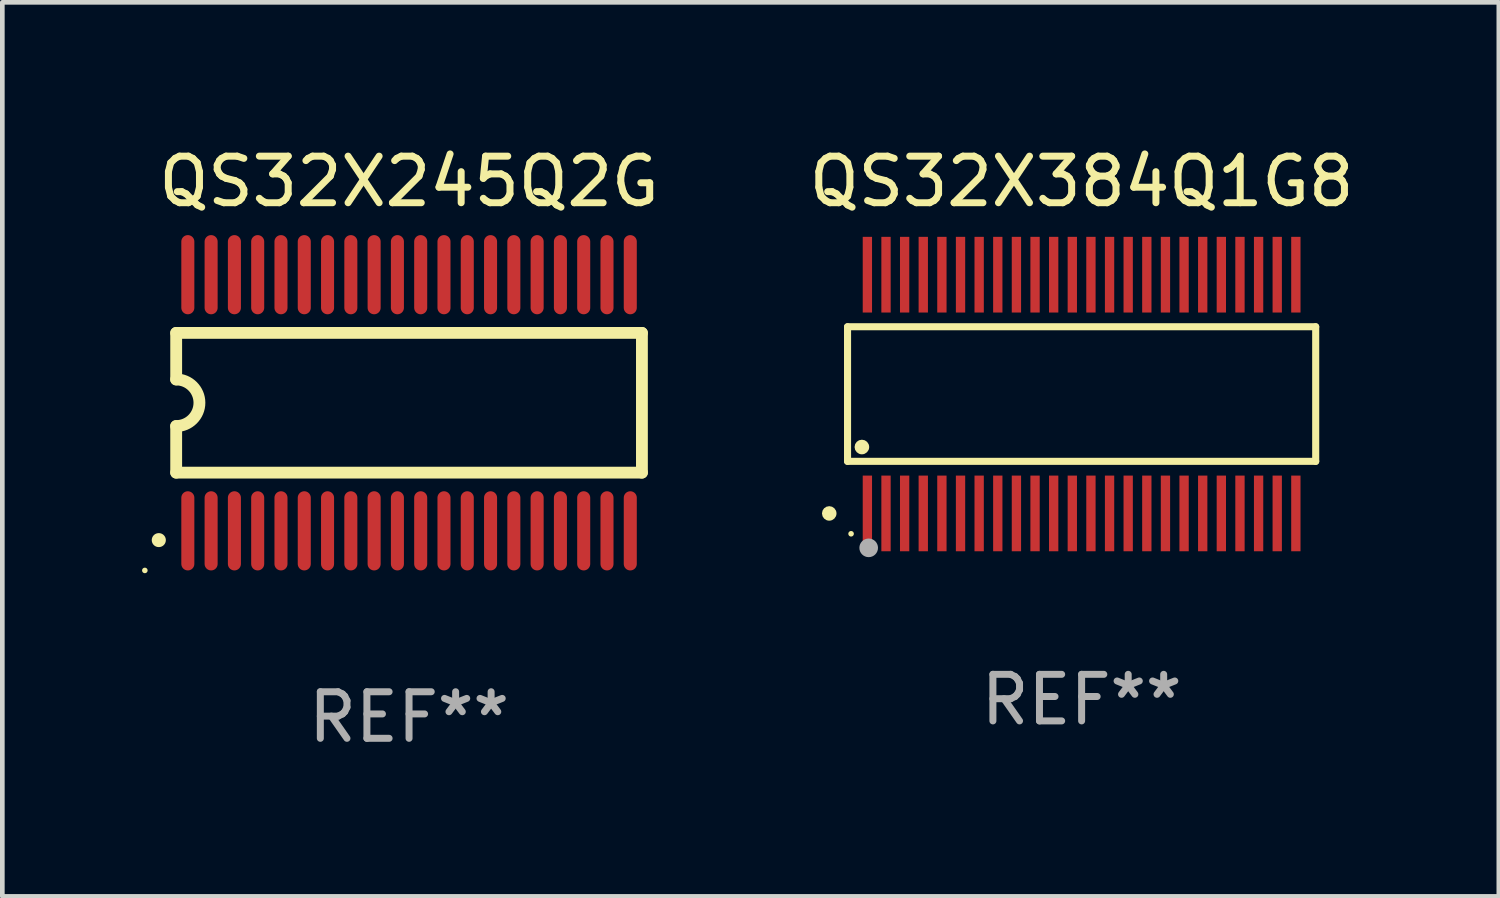
<source format=kicad_pcb>
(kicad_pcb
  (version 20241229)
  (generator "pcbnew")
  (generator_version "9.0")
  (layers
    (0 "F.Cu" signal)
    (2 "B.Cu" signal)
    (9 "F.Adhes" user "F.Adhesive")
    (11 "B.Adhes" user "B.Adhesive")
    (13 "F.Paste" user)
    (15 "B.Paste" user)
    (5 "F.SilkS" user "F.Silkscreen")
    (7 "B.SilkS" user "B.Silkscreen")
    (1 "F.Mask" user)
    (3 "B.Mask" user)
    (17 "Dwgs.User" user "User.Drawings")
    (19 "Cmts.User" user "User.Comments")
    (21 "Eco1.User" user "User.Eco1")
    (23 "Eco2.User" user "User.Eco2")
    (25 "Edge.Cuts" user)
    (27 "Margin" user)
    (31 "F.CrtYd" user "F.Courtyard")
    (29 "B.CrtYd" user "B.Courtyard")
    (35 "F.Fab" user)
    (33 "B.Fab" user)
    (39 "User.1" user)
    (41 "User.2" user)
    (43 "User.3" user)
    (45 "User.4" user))
  (footprint "QS32X245Q2G"
    (layer "F.Cu")
    (at 5.733 5.598)
    (property "Reference" "QS32X245Q2G" (at 0 -4.75 0) (layer "F.SilkS") (effects (font (size 1 1) (thickness 0.15))))
    (attr through_hole)
    (fp_line (start -5 -1.5) (end 5 -1.5) (stroke (width 0.254) (type solid)) (layer "F.SilkS"))
    (fp_line (start -5 -0.5) (end -5 -1.5) (stroke (width 0.254) (type solid)) (layer "F.SilkS"))
    (fp_line (start -5 1.5) (end -5 0.5) (stroke (width 0.254) (type solid)) (layer "F.SilkS"))
    (fp_line (start 5 -1.5) (end 5 1.5) (stroke (width 0.254) (type solid)) (layer "F.SilkS"))
    (fp_line (start 5 1.5) (end -5 1.5) (stroke (width 0.254) (type solid)) (layer "F.SilkS"))
    (fp_arc (start -5.374663 2.948946) (mid -5.373393 2.948941) (end -5.372123 2.948946) (stroke (width 0.3) (type solid)) (layer "F.SilkS"))
    (fp_arc (start -5.001283 -0.500381) (mid -4.501283 0) (end -5.001283 0.500381) (stroke (width 0.254001) (type solid)) (layer "F.SilkS"))
    (fp_circle (center -5.673 3.6) (end -5.643 3.6) (stroke (width 0.06) (type solid)) (fill no) (layer "F.SilkS"))
    (fp_text user "REF**" (at 0 6.75 0) (layer "F.Fab") (effects (font (size 1 1) (thickness 0.15))))
    (pad "1" smd oval (at -4.75 2.75 270) (size 1.7 0.28) (layers "F.Cu" "F.Mask" "F.Paste"))
    (pad "2" smd oval (at -4.25 2.75 270) (size 1.7 0.28) (layers "F.Cu" "F.Mask" "F.Paste"))
    (pad "3" smd oval (at -3.75 2.75 270) (size 1.7 0.28) (layers "F.Cu" "F.Mask" "F.Paste"))
    (pad "4" smd oval (at -3.25 2.75 270) (size 1.7 0.28) (layers "F.Cu" "F.Mask" "F.Paste"))
    (pad "5" smd oval (at -2.75 2.75 270) (size 1.7 0.28) (layers "F.Cu" "F.Mask" "F.Paste"))
    (pad "6" smd oval (at -2.25 2.75 270) (size 1.7 0.28) (layers "F.Cu" "F.Mask" "F.Paste"))
    (pad "7" smd oval (at -1.75 2.75 270) (size 1.7 0.28) (layers "F.Cu" "F.Mask" "F.Paste"))
    (pad "8" smd oval (at -1.25 2.75 270) (size 1.7 0.28) (layers "F.Cu" "F.Mask" "F.Paste"))
    (pad "9" smd oval (at -0.75 2.75 270) (size 1.7 0.28) (layers "F.Cu" "F.Mask" "F.Paste"))
    (pad "10" smd oval (at -0.25 2.75 270) (size 1.7 0.28) (layers "F.Cu" "F.Mask" "F.Paste"))
    (pad "11" smd oval (at 0.25 2.75 270) (size 1.7 0.28) (layers "F.Cu" "F.Mask" "F.Paste"))
    (pad "12" smd oval (at 0.75 2.75 270) (size 1.7 0.28) (layers "F.Cu" "F.Mask" "F.Paste"))
    (pad "13" smd oval (at 1.25 2.75 270) (size 1.7 0.28) (layers "F.Cu" "F.Mask" "F.Paste"))
    (pad "14" smd oval (at 1.75 2.75 270) (size 1.7 0.28) (layers "F.Cu" "F.Mask" "F.Paste"))
    (pad "15" smd oval (at 2.25 2.75 270) (size 1.7 0.28) (layers "F.Cu" "F.Mask" "F.Paste"))
    (pad "16" smd oval (at 2.75 2.75 270) (size 1.7 0.28) (layers "F.Cu" "F.Mask" "F.Paste"))
    (pad "17" smd oval (at 3.25 2.75 270) (size 1.7 0.28) (layers "F.Cu" "F.Mask" "F.Paste"))
    (pad "18" smd oval (at 3.75 2.75 270) (size 1.7 0.28) (layers "F.Cu" "F.Mask" "F.Paste"))
    (pad "19" smd oval (at 4.25 2.75 270) (size 1.7 0.28) (layers "F.Cu" "F.Mask" "F.Paste"))
    (pad "20" smd oval (at 4.75 2.75 270) (size 1.7 0.28) (layers "F.Cu" "F.Mask" "F.Paste"))
    (pad "21" smd oval (at 4.75 -2.75 90) (size 1.7 0.28) (layers "F.Cu" "F.Mask" "F.Paste"))
    (pad "22" smd oval (at 4.25 -2.75 90) (size 1.7 0.28) (layers "F.Cu" "F.Mask" "F.Paste"))
    (pad "23" smd oval (at 3.75 -2.75 90) (size 1.7 0.28) (layers "F.Cu" "F.Mask" "F.Paste"))
    (pad "24" smd oval (at 3.25 -2.75 90) (size 1.7 0.28) (layers "F.Cu" "F.Mask" "F.Paste"))
    (pad "25" smd oval (at 2.75 -2.75 90) (size 1.7 0.28) (layers "F.Cu" "F.Mask" "F.Paste"))
    (pad "26" smd oval (at 2.25 -2.75 90) (size 1.7 0.28) (layers "F.Cu" "F.Mask" "F.Paste"))
    (pad "27" smd oval (at 1.75 -2.75 90) (size 1.7 0.28) (layers "F.Cu" "F.Mask" "F.Paste"))
    (pad "28" smd oval (at 1.25 -2.75 90) (size 1.7 0.28) (layers "F.Cu" "F.Mask" "F.Paste"))
    (pad "29" smd oval (at 0.75 -2.75 90) (size 1.7 0.28) (layers "F.Cu" "F.Mask" "F.Paste"))
    (pad "30" smd oval (at 0.25 -2.75 90) (size 1.7 0.28) (layers "F.Cu" "F.Mask" "F.Paste"))
    (pad "31" smd oval (at -0.25 -2.75 90) (size 1.7 0.28) (layers "F.Cu" "F.Mask" "F.Paste"))
    (pad "32" smd oval (at -0.75 -2.75 90) (size 1.7 0.28) (layers "F.Cu" "F.Mask" "F.Paste"))
    (pad "33" smd oval (at -1.25 -2.75 90) (size 1.7 0.28) (layers "F.Cu" "F.Mask" "F.Paste"))
    (pad "34" smd oval (at -1.75 -2.75 90) (size 1.7 0.28) (layers "F.Cu" "F.Mask" "F.Paste"))
    (pad "35" smd oval (at -2.25 -2.75 90) (size 1.7 0.28) (layers "F.Cu" "F.Mask" "F.Paste"))
    (pad "36" smd oval (at -2.75 -2.75 90) (size 1.7 0.28) (layers "F.Cu" "F.Mask" "F.Paste"))
    (pad "37" smd oval (at -3.25 -2.75 90) (size 1.7 0.28) (layers "F.Cu" "F.Mask" "F.Paste"))
    (pad "38" smd oval (at -3.75 -2.75 90) (size 1.7 0.28) (layers "F.Cu" "F.Mask" "F.Paste"))
    (pad "39" smd oval (at -4.25 -2.75 90) (size 1.7 0.28) (layers "F.Cu" "F.Mask" "F.Paste"))
    (pad "40" smd oval (at -4.75 -2.75 90) (size 1.7 0.28) (layers "F.Cu" "F.Mask" "F.Paste")))
  (footprint "QS32X384Q1G8"
    (layer "F.Cu")
    (at 20.174 5.411)
    (property "Reference" "QS32X384Q1G8" (at 0 -4.563 0) (layer "F.SilkS") (effects (font (size 1 1) (thickness 0.15))))
    (attr through_hole)
    (fp_line (start -5.026 -1.445) (end 5.026 -1.445) (stroke (width 0.152) (type solid)) (layer "F.SilkS"))
    (fp_line (start -5.026 1.445) (end -5.026 -1.445) (stroke (width 0.152) (type solid)) (layer "F.SilkS"))
    (fp_line (start 5.026 -1.445) (end 5.026 1.445) (stroke (width 0.152) (type solid)) (layer "F.SilkS"))
    (fp_line (start 5.026 1.445) (end -5.026 1.445) (stroke (width 0.152) (type solid)) (layer "F.SilkS"))
    (fp_circle (center -5.419 2.563) (end -5.341 2.563) (stroke (width 0.156) (type solid)) (fill no) (layer "F.SilkS"))
    (fp_circle (center -4.95 3) (end -4.92 3) (stroke (width 0.06) (type solid)) (fill no) (layer "F.SilkS"))
    (fp_circle (center -4.718 1.137) (end -4.639 1.137) (stroke (width 0.156) (type solid)) (fill no) (layer "F.SilkS"))
    (fp_circle (center -4.572 3.302) (end -4.472 3.302) (stroke (width 0.2) (type solid)) (fill no) (layer "F.Fab"))
    (fp_text user "REF**" (at 0 6.563 0) (layer "F.Fab") (effects (font (size 1 1) (thickness 0.15))))
    (pad "1" smd rect (at -4.6 2.563) (size 0.2 1.625) (layers "F.Cu" "F.Mask" "F.Paste"))
    (pad "2" smd rect (at -4.2 2.563) (size 0.2 1.625) (layers "F.Cu" "F.Mask" "F.Paste"))
    (pad "3" smd rect (at -3.8 2.563) (size 0.2 1.625) (layers "F.Cu" "F.Mask" "F.Paste"))
    (pad "4" smd rect (at -3.4 2.563) (size 0.2 1.625) (layers "F.Cu" "F.Mask" "F.Paste"))
    (pad "5" smd rect (at -3 2.563) (size 0.2 1.625) (layers "F.Cu" "F.Mask" "F.Paste"))
    (pad "6" smd rect (at -2.6 2.563) (size 0.2 1.625) (layers "F.Cu" "F.Mask" "F.Paste"))
    (pad "7" smd rect (at -2.2 2.563) (size 0.2 1.625) (layers "F.Cu" "F.Mask" "F.Paste"))
    (pad "8" smd rect (at -1.8 2.563) (size 0.2 1.625) (layers "F.Cu" "F.Mask" "F.Paste"))
    (pad "9" smd rect (at -1.4 2.563) (size 0.2 1.625) (layers "F.Cu" "F.Mask" "F.Paste"))
    (pad "10" smd rect (at -1 2.563) (size 0.2 1.625) (layers "F.Cu" "F.Mask" "F.Paste"))
    (pad "11" smd rect (at -0.6 2.563) (size 0.2 1.625) (layers "F.Cu" "F.Mask" "F.Paste"))
    (pad "12" smd rect (at -0.2 2.563) (size 0.2 1.625) (layers "F.Cu" "F.Mask" "F.Paste"))
    (pad "13" smd rect (at 0.2 2.563) (size 0.2 1.625) (layers "F.Cu" "F.Mask" "F.Paste"))
    (pad "14" smd rect (at 0.6 2.563) (size 0.2 1.625) (layers "F.Cu" "F.Mask" "F.Paste"))
    (pad "15" smd rect (at 1 2.563) (size 0.2 1.625) (layers "F.Cu" "F.Mask" "F.Paste"))
    (pad "16" smd rect (at 1.4 2.563) (size 0.2 1.625) (layers "F.Cu" "F.Mask" "F.Paste"))
    (pad "17" smd rect (at 1.8 2.563) (size 0.2 1.625) (layers "F.Cu" "F.Mask" "F.Paste"))
    (pad "18" smd rect (at 2.2 2.563) (size 0.2 1.625) (layers "F.Cu" "F.Mask" "F.Paste"))
    (pad "19" smd rect (at 2.6 2.563) (size 0.2 1.625) (layers "F.Cu" "F.Mask" "F.Paste"))
    (pad "20" smd rect (at 3 2.563) (size 0.2 1.625) (layers "F.Cu" "F.Mask" "F.Paste"))
    (pad "21" smd rect (at 3.4 2.563) (size 0.2 1.625) (layers "F.Cu" "F.Mask" "F.Paste"))
    (pad "22" smd rect (at 3.8 2.563) (size 0.2 1.625) (layers "F.Cu" "F.Mask" "F.Paste"))
    (pad "23" smd rect (at 4.2 2.563) (size 0.2 1.625) (layers "F.Cu" "F.Mask" "F.Paste"))
    (pad "24" smd rect (at 4.6 2.563) (size 0.2 1.625) (layers "F.Cu" "F.Mask" "F.Paste"))
    (pad "25" smd rect (at 4.6 -2.563) (size 0.2 1.625) (layers "F.Cu" "F.Mask" "F.Paste"))
    (pad "26" smd rect (at 4.2 -2.563) (size 0.2 1.625) (layers "F.Cu" "F.Mask" "F.Paste"))
    (pad "27" smd rect (at 3.8 -2.563) (size 0.2 1.625) (layers "F.Cu" "F.Mask" "F.Paste"))
    (pad "28" smd rect (at 3.4 -2.563) (size 0.2 1.625) (layers "F.Cu" "F.Mask" "F.Paste"))
    (pad "29" smd rect (at 3 -2.563) (size 0.2 1.625) (layers "F.Cu" "F.Mask" "F.Paste"))
    (pad "30" smd rect (at 2.6 -2.563) (size 0.2 1.625) (layers "F.Cu" "F.Mask" "F.Paste"))
    (pad "31" smd rect (at 2.2 -2.563) (size 0.2 1.625) (layers "F.Cu" "F.Mask" "F.Paste"))
    (pad "32" smd rect (at 1.8 -2.563) (size 0.2 1.625) (layers "F.Cu" "F.Mask" "F.Paste"))
    (pad "33" smd rect (at 1.4 -2.563) (size 0.2 1.625) (layers "F.Cu" "F.Mask" "F.Paste"))
    (pad "34" smd rect (at 1 -2.563) (size 0.2 1.625) (layers "F.Cu" "F.Mask" "F.Paste"))
    (pad "35" smd rect (at 0.6 -2.563) (size 0.2 1.625) (layers "F.Cu" "F.Mask" "F.Paste"))
    (pad "36" smd rect (at 0.2 -2.563) (size 0.2 1.625) (layers "F.Cu" "F.Mask" "F.Paste"))
    (pad "37" smd rect (at -0.2 -2.563) (size 0.2 1.625) (layers "F.Cu" "F.Mask" "F.Paste"))
    (pad "38" smd rect (at -0.6 -2.563) (size 0.2 1.625) (layers "F.Cu" "F.Mask" "F.Paste"))
    (pad "39" smd rect (at -1 -2.563) (size 0.2 1.625) (layers "F.Cu" "F.Mask" "F.Paste"))
    (pad "40" smd rect (at -1.4 -2.563) (size 0.2 1.625) (layers "F.Cu" "F.Mask" "F.Paste"))
    (pad "41" smd rect (at -1.8 -2.563) (size 0.2 1.625) (layers "F.Cu" "F.Mask" "F.Paste"))
    (pad "42" smd rect (at -2.2 -2.563) (size 0.2 1.625) (layers "F.Cu" "F.Mask" "F.Paste"))
    (pad "43" smd rect (at -2.6 -2.563) (size 0.2 1.625) (layers "F.Cu" "F.Mask" "F.Paste"))
    (pad "44" smd rect (at -3 -2.563) (size 0.2 1.625) (layers "F.Cu" "F.Mask" "F.Paste"))
    (pad "45" smd rect (at -3.4 -2.563) (size 0.2 1.625) (layers "F.Cu" "F.Mask" "F.Paste"))
    (pad "46" smd rect (at -3.8 -2.563) (size 0.2 1.625) (layers "F.Cu" "F.Mask" "F.Paste"))
    (pad "47" smd rect (at -4.2 -2.563) (size 0.2 1.625) (layers "F.Cu" "F.Mask" "F.Paste"))
    (pad "48" smd rect (at -4.6 -2.563) (size 0.2 1.625) (layers "F.Cu" "F.Mask" "F.Paste")))
  (gr_rect
    (start -3 -3)
    (end 29.132 16.197)
    (stroke (width 0.1) (type default))
    (fill no)
    (layer "Edge.Cuts")))
</source>
